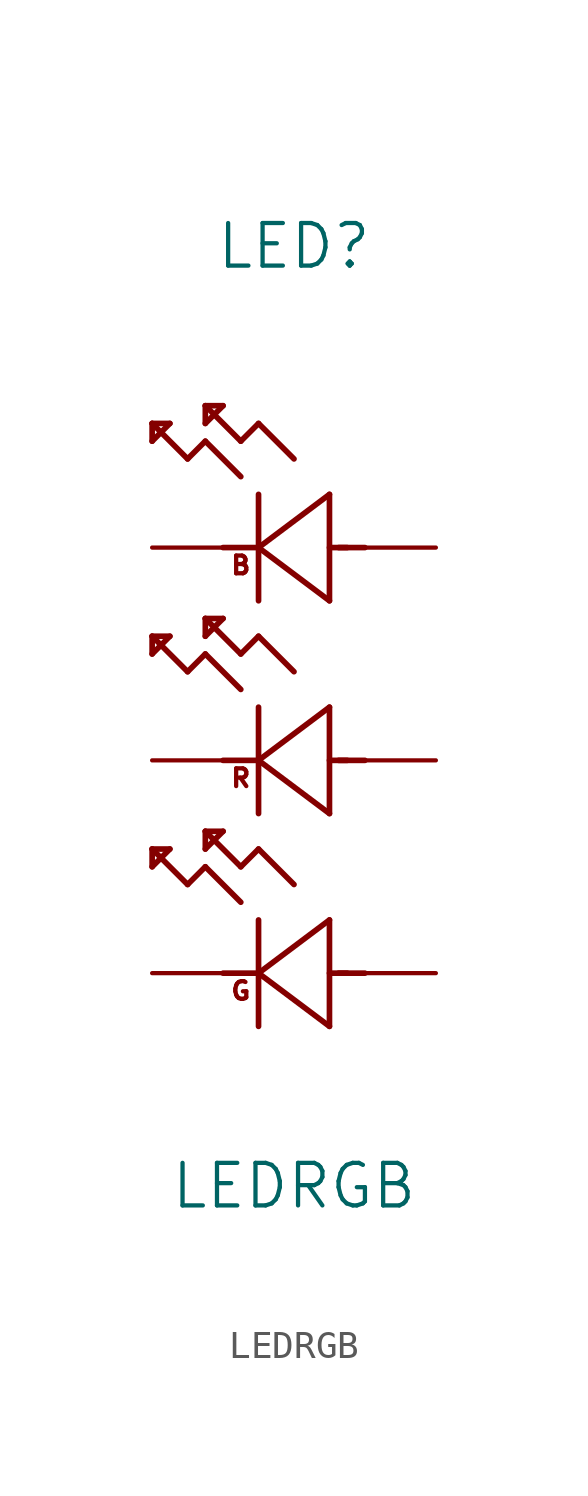
<source format=kicad_sym>
(kicad_symbol_lib
  (version 20211014)
  (generator kicad_symbol_editor)
  (symbol "LEDRGB"
    (pin_numbers hide)
    (pin_names hide)
    (property "Reference" "LED"
      (at 5.08 10.795 0)
      (effects (font (size 1.524 1.524))))
    (property "Value" "LEDRGB"
      (at 5.08 -22.86 0)
      (effects (font (size 1.524 1.524))))
    (property "Datasheet" ""
      (at 0 0 0)
      (effects (font (size 1.524 1.524))))
    (symbol "LEDRGB_0_0"
      (text "B" (at 3.175 -0.635 0) (effects (font (size 0.635 0.635))))
      (text "G" (at 3.175 -15.875 0) (effects (font (size 0.635 0.635))))
      (text "R" (at 3.175 -8.255 0) (effects (font (size 0.635 0.635)))))
    (symbol "LEDRGB_1_1"
      (polyline (pts (xy 0 -11.43) (xy 0 -10.795)) (stroke (width 0.203) (type default) (color 0 0 0 0)) (fill (type none)))
      (polyline (pts (xy 0 -10.795) (xy 0.635 -10.795)) (stroke (width 0.203) (type default) (color 0 0 0 0)) (fill (type none)))
      (polyline (pts (xy 0 -3.81) (xy 0 -3.175)) (stroke (width 0.203) (type default) (color 0 0 0 0)) (fill (type none)))
      (polyline (pts (xy 0 -3.175) (xy 0.635 -3.175)) (stroke (width 0.203) (type default) (color 0 0 0 0)) (fill (type none)))
      (polyline (pts (xy 0 3.81) (xy 0 4.445)) (stroke (width 0.203) (type default) (color 0 0 0 0)) (fill (type none)))
      (polyline (pts (xy 0 4.445) (xy 0.635 4.445)) (stroke (width 0.203) (type default) (color 0 0 0 0)) (fill (type none)))
      (polyline (pts (xy 0.635 -10.795) (xy 0 -11.43)) (stroke (width 0.203) (type default) (color 0 0 0 0)) (fill (type none)))
      (polyline (pts (xy 0.635 -3.175) (xy 0 -3.81)) (stroke (width 0.203) (type default) (color 0 0 0 0)) (fill (type none)))
      (polyline (pts (xy 0.635 4.445) (xy 0 3.81)) (stroke (width 0.203) (type default) (color 0 0 0 0)) (fill (type none)))
      (polyline (pts (xy 1.27 -12.065) (xy 0 -10.795)) (stroke (width 0.203) (type default) (color 0 0 0 0)) (fill (type none)))
      (polyline (pts (xy 1.27 -4.445) (xy 0 -3.175)) (stroke (width 0.203) (type default) (color 0 0 0 0)) (fill (type none)))
      (polyline (pts (xy 1.27 3.175) (xy 0 4.445)) (stroke (width 0.203) (type default) (color 0 0 0 0)) (fill (type none)))
      (polyline (pts (xy 1.905 -11.43) (xy 1.27 -12.065)) (stroke (width 0.203) (type default) (color 0 0 0 0)) (fill (type none)))
      (polyline (pts (xy 1.905 -10.795) (xy 1.905 -10.16)) (stroke (width 0.203) (type default) (color 0 0 0 0)) (fill (type none)))
      (polyline (pts (xy 1.905 -10.16) (xy 2.54 -10.16)) (stroke (width 0.203) (type default) (color 0 0 0 0)) (fill (type none)))
      (polyline (pts (xy 1.905 -3.81) (xy 1.27 -4.445)) (stroke (width 0.203) (type default) (color 0 0 0 0)) (fill (type none)))
      (polyline (pts (xy 1.905 -3.175) (xy 1.905 -2.54)) (stroke (width 0.203) (type default) (color 0 0 0 0)) (fill (type none)))
      (polyline (pts (xy 1.905 -2.54) (xy 2.54 -2.54)) (stroke (width 0.203) (type default) (color 0 0 0 0)) (fill (type none)))
      (polyline (pts (xy 1.905 3.81) (xy 1.27 3.175)) (stroke (width 0.203) (type default) (color 0 0 0 0)) (fill (type none)))
      (polyline (pts (xy 1.905 4.445) (xy 1.905 5.08)) (stroke (width 0.203) (type default) (color 0 0 0 0)) (fill (type none)))
      (polyline (pts (xy 1.905 5.08) (xy 2.54 5.08)) (stroke (width 0.203) (type default) (color 0 0 0 0)) (fill (type none)))
      (polyline (pts (xy 2.54 -10.16) (xy 1.905 -10.795)) (stroke (width 0.203) (type default) (color 0 0 0 0)) (fill (type none)))
      (polyline (pts (xy 2.54 -2.54) (xy 1.905 -3.175)) (stroke (width 0.203) (type default) (color 0 0 0 0)) (fill (type none)))
      (polyline (pts (xy 2.54 5.08) (xy 1.905 4.445)) (stroke (width 0.203) (type default) (color 0 0 0 0)) (fill (type none)))
      (polyline (pts (xy 3.175 -12.7) (xy 1.905 -11.43)) (stroke (width 0.203) (type default) (color 0 0 0 0)) (fill (type none)))
      (polyline (pts (xy 3.175 -11.43) (xy 1.905 -10.16)) (stroke (width 0.203) (type default) (color 0 0 0 0)) (fill (type none)))
      (polyline (pts (xy 3.175 -5.08) (xy 1.905 -3.81)) (stroke (width 0.203) (type default) (color 0 0 0 0)) (fill (type none)))
      (polyline (pts (xy 3.175 -3.81) (xy 1.905 -2.54)) (stroke (width 0.203) (type default) (color 0 0 0 0)) (fill (type none)))
      (polyline (pts (xy 3.175 2.54) (xy 1.905 3.81)) (stroke (width 0.203) (type default) (color 0 0 0 0)) (fill (type none)))
      (polyline (pts (xy 3.175 3.81) (xy 1.905 5.08)) (stroke (width 0.203) (type default) (color 0 0 0 0)) (fill (type none)))
      (polyline (pts (xy 3.81 -17.145) (xy 3.81 -13.335)) (stroke (width 0.203) (type default) (color 0 0 0 0)) (fill (type none)))
      (polyline (pts (xy 3.81 -15.24) (xy 2.54 -15.24)) (stroke (width 0.203) (type default) (color 0 0 0 0)) (fill (type none)))
      (polyline (pts (xy 3.81 -15.24) (xy 6.35 -13.335)) (stroke (width 0.203) (type default) (color 0 0 0 0)) (fill (type none)))
      (polyline (pts (xy 3.81 -10.795) (xy 3.175 -11.43)) (stroke (width 0.203) (type default) (color 0 0 0 0)) (fill (type none)))
      (polyline (pts (xy 3.81 -9.525) (xy 3.81 -5.715)) (stroke (width 0.203) (type default) (color 0 0 0 0)) (fill (type none)))
      (polyline (pts (xy 3.81 -7.62) (xy 2.54 -7.62)) (stroke (width 0.203) (type default) (color 0 0 0 0)) (fill (type none)))
      (polyline (pts (xy 3.81 -7.62) (xy 6.35 -5.715)) (stroke (width 0.203) (type default) (color 0 0 0 0)) (fill (type none)))
      (polyline (pts (xy 3.81 -3.175) (xy 3.175 -3.81)) (stroke (width 0.203) (type default) (color 0 0 0 0)) (fill (type none)))
      (polyline (pts (xy 3.81 -1.905) (xy 3.81 1.905)) (stroke (width 0.203) (type default) (color 0 0 0 0)) (fill (type none)))
      (polyline (pts (xy 3.81 0) (xy 2.54 0)) (stroke (width 0.203) (type default) (color 0 0 0 0)) (fill (type none)))
      (polyline (pts (xy 3.81 0) (xy 6.35 1.905)) (stroke (width 0.203) (type default) (color 0 0 0 0)) (fill (type none)))
      (polyline (pts (xy 3.81 4.445) (xy 3.175 3.81)) (stroke (width 0.203) (type default) (color 0 0 0 0)) (fill (type none)))
      (polyline (pts (xy 5.08 -12.065) (xy 3.81 -10.795)) (stroke (width 0.203) (type default) (color 0 0 0 0)) (fill (type none)))
      (polyline (pts (xy 5.08 -4.445) (xy 3.81 -3.175)) (stroke (width 0.203) (type default) (color 0 0 0 0)) (fill (type none)))
      (polyline (pts (xy 5.08 3.175) (xy 3.81 4.445)) (stroke (width 0.203) (type default) (color 0 0 0 0)) (fill (type none)))
      (polyline (pts (xy 6.35 -17.145) (xy 3.81 -15.24)) (stroke (width 0.203) (type default) (color 0 0 0 0)) (fill (type none)))
      (polyline (pts (xy 6.35 -13.335) (xy 6.35 -17.145)) (stroke (width 0.203) (type default) (color 0 0 0 0)) (fill (type none)))
      (polyline (pts (xy 6.35 -9.525) (xy 3.81 -7.62)) (stroke (width 0.203) (type default) (color 0 0 0 0)) (fill (type none)))
      (polyline (pts (xy 6.35 -5.715) (xy 6.35 -9.525)) (stroke (width 0.203) (type default) (color 0 0 0 0)) (fill (type none)))
      (polyline (pts (xy 6.35 -1.905) (xy 3.81 0)) (stroke (width 0.203) (type default) (color 0 0 0 0)) (fill (type none)))
      (polyline (pts (xy 6.35 1.905) (xy 6.35 -1.905)) (stroke (width 0.203) (type default) (color 0 0 0 0)) (fill (type none)))
      (polyline (pts (xy 6.985 -15.24) (xy 6.35 -15.24)) (stroke (width 0.203) (type default) (color 0 0 0 0)) (fill (type none)))
      (polyline (pts (xy 6.985 -7.62) (xy 6.35 -7.62)) (stroke (width 0.203) (type default) (color 0 0 0 0)) (fill (type none)))
      (polyline (pts (xy 6.985 0) (xy 6.35 0)) (stroke (width 0.203) (type default) (color 0 0 0 0)) (fill (type none)))
      (polyline (pts (xy 7.62 -15.24) (xy 6.68 -15.24)) (stroke (width 0.203) (type default) (color 0 0 0 0)) (fill (type none)))
      (polyline (pts (xy 7.62 -7.62) (xy 6.68 -7.62)) (stroke (width 0.203) (type default) (color 0 0 0 0)) (fill (type none)))
      (polyline (pts (xy 7.62 0) (xy 6.68 0)) (stroke (width 0.203) (type default) (color 0 0 0 0)) (fill (type none)))
      (pin output line (at 0 0 0) (length 2.54) (name "1" (effects (font (size 1.499 1.499)))) (number "1" (effects (font (size 1.499 1.499)))))
      (pin power_in line (at 10.16 -7.62 180) (length 2.54) (name "2" (effects (font (size 1.499 1.499)))) (number "2" (effects (font (size 1.499 1.499)))))
      (pin output line (at 0 -7.62 0) (length 2.54) (name "3" (effects (font (size 1.499 1.499)))) (number "3" (effects (font (size 1.499 1.499)))))
      (pin power_in line (at 10.16 -15.24 180) (length 2.54) (name "4" (effects (font (size 1.499 1.499)))) (number "4" (effects (font (size 1.499 1.499)))))
      (pin output line (at 0 -15.24 0) (length 2.54) (name "5" (effects (font (size 1.499 1.499)))) (number "5" (effects (font (size 1.499 1.499)))))
      (pin power_in line (at 10.16 0 180) (length 2.54) (name "6" (effects (font (size 1.499 1.499)))) (number "6" (effects (font (size 1.499 1.499))))))))
</source>
